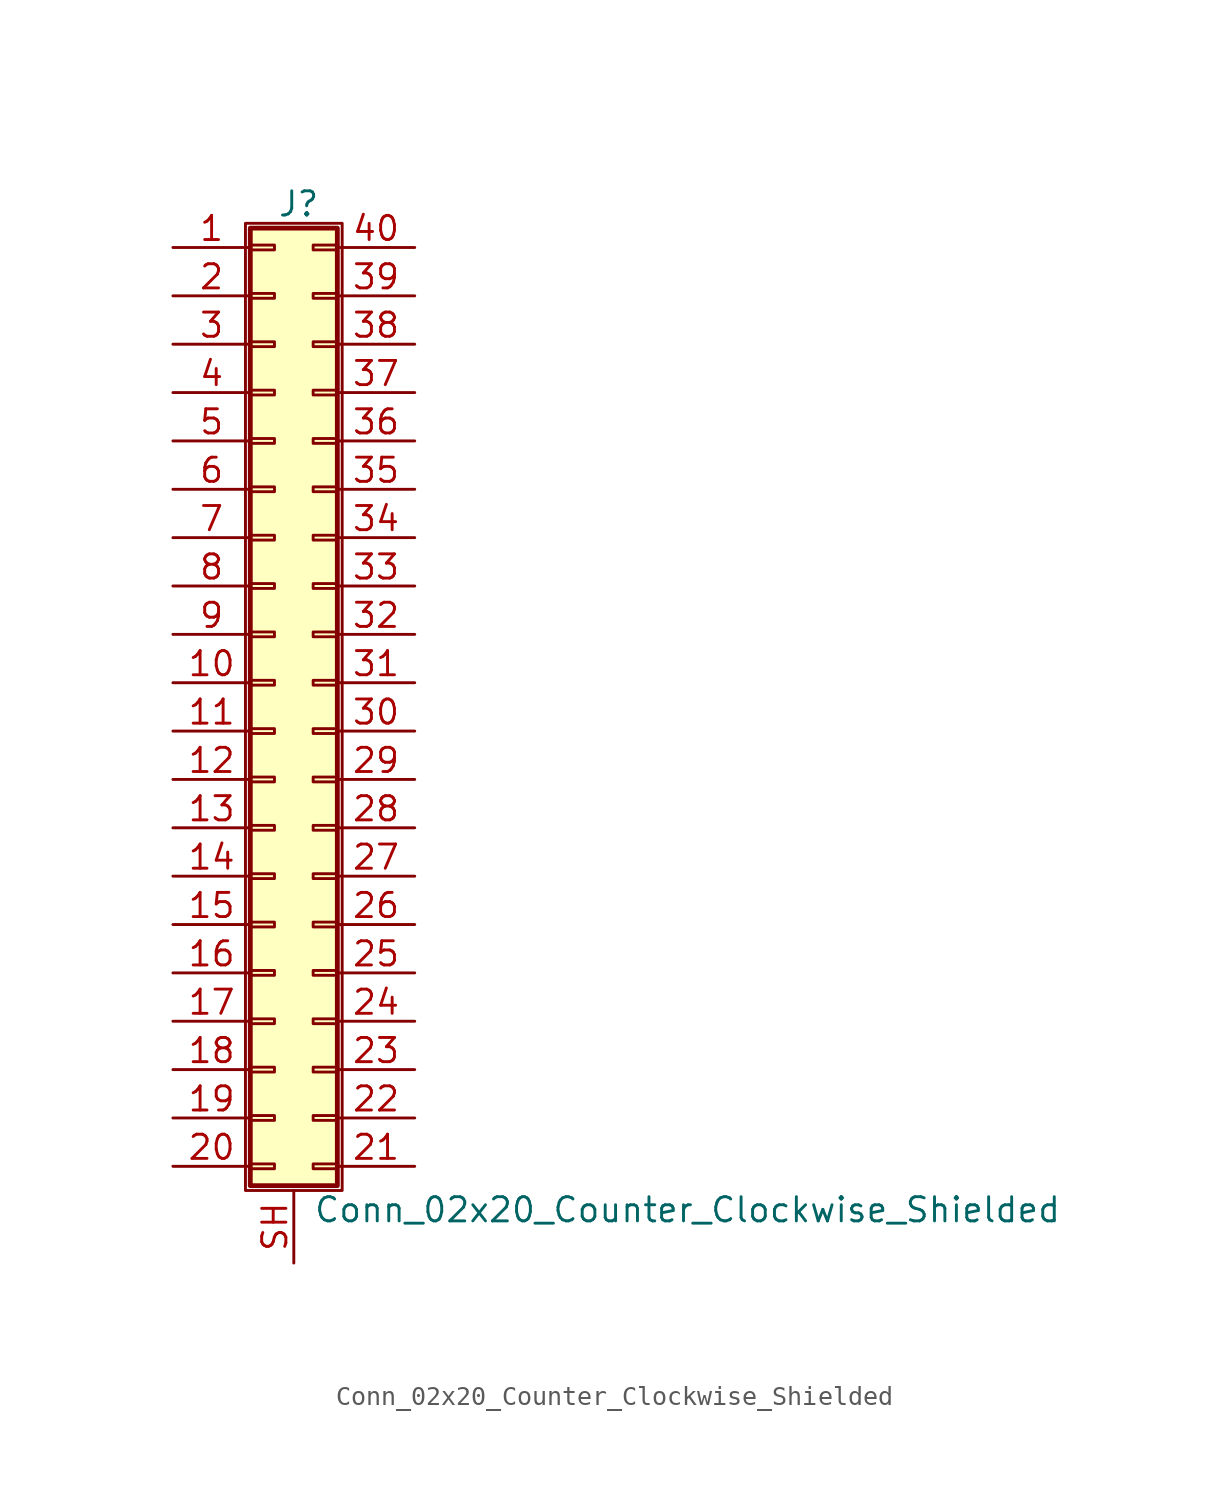
<source format=kicad_sym>
(kicad_symbol_lib
  (version 20211014)
  (generator kicad_symbol_editor)
  (symbol "Conn_02x20_Counter_Clockwise_Shielded"
    (pin_names
      (offset 1.016) hide)
    (property "Reference" "J"
      (at 1.524 25.146 0)
      (effects (font (size 1.27 1.27))))
    (property "Value" "Conn_02x20_Counter_Clockwise_Shielded"
      (at 2.286 -27.686 0)
      (effects (font (size 1.27 1.27)) (justify left)))
    (symbol "Conn_02x20_Counter_Clockwise_Shielded_1_1"
      (rectangle (start -1.27 24.13) (end 3.81 -26.67) (stroke (width 0.152) (type default) (color 0 0 0 0)) (fill (type none)))
      (rectangle (start -1.016 -25.273) (end 0.254 -25.527) (stroke (width 0.152) (type default) (color 0 0 0 0)) (fill (type none)))
      (rectangle (start -1.016 -22.733) (end 0.254 -22.987) (stroke (width 0.152) (type default) (color 0 0 0 0)) (fill (type none)))
      (rectangle (start -1.016 -20.193) (end 0.254 -20.447) (stroke (width 0.152) (type default) (color 0 0 0 0)) (fill (type none)))
      (rectangle (start -1.016 -17.653) (end 0.254 -17.907) (stroke (width 0.152) (type default) (color 0 0 0 0)) (fill (type none)))
      (rectangle (start -1.016 -15.113) (end 0.254 -15.367) (stroke (width 0.152) (type default) (color 0 0 0 0)) (fill (type none)))
      (rectangle (start -1.016 -12.573) (end 0.254 -12.827) (stroke (width 0.152) (type default) (color 0 0 0 0)) (fill (type none)))
      (rectangle (start -1.016 -10.033) (end 0.254 -10.287) (stroke (width 0.152) (type default) (color 0 0 0 0)) (fill (type none)))
      (rectangle (start -1.016 -7.493) (end 0.254 -7.747) (stroke (width 0.152) (type default) (color 0 0 0 0)) (fill (type none)))
      (rectangle (start -1.016 -4.953) (end 0.254 -5.207) (stroke (width 0.152) (type default) (color 0 0 0 0)) (fill (type none)))
      (rectangle (start -1.016 -2.413) (end 0.254 -2.667) (stroke (width 0.152) (type default) (color 0 0 0 0)) (fill (type none)))
      (rectangle (start -1.016 0.127) (end 0.254 -0.127) (stroke (width 0.152) (type default) (color 0 0 0 0)) (fill (type none)))
      (rectangle (start -1.016 2.667) (end 0.254 2.413) (stroke (width 0.152) (type default) (color 0 0 0 0)) (fill (type none)))
      (rectangle (start -1.016 5.207) (end 0.254 4.953) (stroke (width 0.152) (type default) (color 0 0 0 0)) (fill (type none)))
      (rectangle (start -1.016 7.747) (end 0.254 7.493) (stroke (width 0.152) (type default) (color 0 0 0 0)) (fill (type none)))
      (rectangle (start -1.016 10.287) (end 0.254 10.033) (stroke (width 0.152) (type default) (color 0 0 0 0)) (fill (type none)))
      (rectangle (start -1.016 12.827) (end 0.254 12.573) (stroke (width 0.152) (type default) (color 0 0 0 0)) (fill (type none)))
      (rectangle (start -1.016 15.367) (end 0.254 15.113) (stroke (width 0.152) (type default) (color 0 0 0 0)) (fill (type none)))
      (rectangle (start -1.016 17.907) (end 0.254 17.653) (stroke (width 0.152) (type default) (color 0 0 0 0)) (fill (type none)))
      (rectangle (start -1.016 20.447) (end 0.254 20.193) (stroke (width 0.152) (type default) (color 0 0 0 0)) (fill (type none)))
      (rectangle (start -1.016 22.987) (end 0.254 22.733) (stroke (width 0.152) (type default) (color 0 0 0 0)) (fill (type none)))
      (rectangle (start -1.016 23.876) (end 3.556 -26.416) (stroke (width 0.254) (type default) (color 0 0 0 0)) (fill (type background)))
      (rectangle (start 3.556 -25.273) (end 2.286 -25.527) (stroke (width 0.152) (type default) (color 0 0 0 0)) (fill (type none)))
      (rectangle (start 3.556 -22.733) (end 2.286 -22.987) (stroke (width 0.152) (type default) (color 0 0 0 0)) (fill (type none)))
      (rectangle (start 3.556 -20.193) (end 2.286 -20.447) (stroke (width 0.152) (type default) (color 0 0 0 0)) (fill (type none)))
      (rectangle (start 3.556 -17.653) (end 2.286 -17.907) (stroke (width 0.152) (type default) (color 0 0 0 0)) (fill (type none)))
      (rectangle (start 3.556 -15.113) (end 2.286 -15.367) (stroke (width 0.152) (type default) (color 0 0 0 0)) (fill (type none)))
      (rectangle (start 3.556 -12.573) (end 2.286 -12.827) (stroke (width 0.152) (type default) (color 0 0 0 0)) (fill (type none)))
      (rectangle (start 3.556 -10.033) (end 2.286 -10.287) (stroke (width 0.152) (type default) (color 0 0 0 0)) (fill (type none)))
      (rectangle (start 3.556 -7.493) (end 2.286 -7.747) (stroke (width 0.152) (type default) (color 0 0 0 0)) (fill (type none)))
      (rectangle (start 3.556 -4.953) (end 2.286 -5.207) (stroke (width 0.152) (type default) (color 0 0 0 0)) (fill (type none)))
      (rectangle (start 3.556 -2.413) (end 2.286 -2.667) (stroke (width 0.152) (type default) (color 0 0 0 0)) (fill (type none)))
      (rectangle (start 3.556 0.127) (end 2.286 -0.127) (stroke (width 0.152) (type default) (color 0 0 0 0)) (fill (type none)))
      (rectangle (start 3.556 2.667) (end 2.286 2.413) (stroke (width 0.152) (type default) (color 0 0 0 0)) (fill (type none)))
      (rectangle (start 3.556 5.207) (end 2.286 4.953) (stroke (width 0.152) (type default) (color 0 0 0 0)) (fill (type none)))
      (rectangle (start 3.556 7.747) (end 2.286 7.493) (stroke (width 0.152) (type default) (color 0 0 0 0)) (fill (type none)))
      (rectangle (start 3.556 10.287) (end 2.286 10.033) (stroke (width 0.152) (type default) (color 0 0 0 0)) (fill (type none)))
      (rectangle (start 3.556 12.827) (end 2.286 12.573) (stroke (width 0.152) (type default) (color 0 0 0 0)) (fill (type none)))
      (rectangle (start 3.556 15.367) (end 2.286 15.113) (stroke (width 0.152) (type default) (color 0 0 0 0)) (fill (type none)))
      (rectangle (start 3.556 17.907) (end 2.286 17.653) (stroke (width 0.152) (type default) (color 0 0 0 0)) (fill (type none)))
      (rectangle (start 3.556 20.447) (end 2.286 20.193) (stroke (width 0.152) (type default) (color 0 0 0 0)) (fill (type none)))
      (rectangle (start 3.556 22.987) (end 2.286 22.733) (stroke (width 0.152) (type default) (color 0 0 0 0)) (fill (type none)))
      (pin passive line (at -5.08 22.86 0) (length 4.064) (name "Pin_1" (effects (font (size 1.27 1.27)))) (number "1" (effects (font (size 1.27 1.27)))))
      (pin passive line (at -5.08 0 0) (length 4.064) (name "Pin_10" (effects (font (size 1.27 1.27)))) (number "10" (effects (font (size 1.27 1.27)))))
      (pin passive line (at -5.08 -2.54 0) (length 4.064) (name "Pin_11" (effects (font (size 1.27 1.27)))) (number "11" (effects (font (size 1.27 1.27)))))
      (pin passive line (at -5.08 -5.08 0) (length 4.064) (name "Pin_12" (effects (font (size 1.27 1.27)))) (number "12" (effects (font (size 1.27 1.27)))))
      (pin passive line (at -5.08 -7.62 0) (length 4.064) (name "Pin_13" (effects (font (size 1.27 1.27)))) (number "13" (effects (font (size 1.27 1.27)))))
      (pin passive line (at -5.08 -10.16 0) (length 4.064) (name "Pin_14" (effects (font (size 1.27 1.27)))) (number "14" (effects (font (size 1.27 1.27)))))
      (pin passive line (at -5.08 -12.7 0) (length 4.064) (name "Pin_15" (effects (font (size 1.27 1.27)))) (number "15" (effects (font (size 1.27 1.27)))))
      (pin passive line (at -5.08 -15.24 0) (length 4.064) (name "Pin_16" (effects (font (size 1.27 1.27)))) (number "16" (effects (font (size 1.27 1.27)))))
      (pin passive line (at -5.08 -17.78 0) (length 4.064) (name "Pin_17" (effects (font (size 1.27 1.27)))) (number "17" (effects (font (size 1.27 1.27)))))
      (pin passive line (at -5.08 -20.32 0) (length 4.064) (name "Pin_18" (effects (font (size 1.27 1.27)))) (number "18" (effects (font (size 1.27 1.27)))))
      (pin passive line (at -5.08 -22.86 0) (length 4.064) (name "Pin_19" (effects (font (size 1.27 1.27)))) (number "19" (effects (font (size 1.27 1.27)))))
      (pin passive line (at -5.08 20.32 0) (length 4.064) (name "Pin_2" (effects (font (size 1.27 1.27)))) (number "2" (effects (font (size 1.27 1.27)))))
      (pin passive line (at -5.08 -25.4 0) (length 4.064) (name "Pin_20" (effects (font (size 1.27 1.27)))) (number "20" (effects (font (size 1.27 1.27)))))
      (pin passive line (at 7.62 -25.4 180) (length 4.064) (name "Pin_21" (effects (font (size 1.27 1.27)))) (number "21" (effects (font (size 1.27 1.27)))))
      (pin passive line (at 7.62 -22.86 180) (length 4.064) (name "Pin_22" (effects (font (size 1.27 1.27)))) (number "22" (effects (font (size 1.27 1.27)))))
      (pin passive line (at 7.62 -20.32 180) (length 4.064) (name "Pin_23" (effects (font (size 1.27 1.27)))) (number "23" (effects (font (size 1.27 1.27)))))
      (pin passive line (at 7.62 -17.78 180) (length 4.064) (name "Pin_24" (effects (font (size 1.27 1.27)))) (number "24" (effects (font (size 1.27 1.27)))))
      (pin passive line (at 7.62 -15.24 180) (length 4.064) (name "Pin_25" (effects (font (size 1.27 1.27)))) (number "25" (effects (font (size 1.27 1.27)))))
      (pin passive line (at 7.62 -12.7 180) (length 4.064) (name "Pin_26" (effects (font (size 1.27 1.27)))) (number "26" (effects (font (size 1.27 1.27)))))
      (pin passive line (at 7.62 -10.16 180) (length 4.064) (name "Pin_27" (effects (font (size 1.27 1.27)))) (number "27" (effects (font (size 1.27 1.27)))))
      (pin passive line (at 7.62 -7.62 180) (length 4.064) (name "Pin_28" (effects (font (size 1.27 1.27)))) (number "28" (effects (font (size 1.27 1.27)))))
      (pin passive line (at 7.62 -5.08 180) (length 4.064) (name "Pin_29" (effects (font (size 1.27 1.27)))) (number "29" (effects (font (size 1.27 1.27)))))
      (pin passive line (at -5.08 17.78 0) (length 4.064) (name "Pin_3" (effects (font (size 1.27 1.27)))) (number "3" (effects (font (size 1.27 1.27)))))
      (pin passive line (at 7.62 -2.54 180) (length 4.064) (name "Pin_30" (effects (font (size 1.27 1.27)))) (number "30" (effects (font (size 1.27 1.27)))))
      (pin passive line (at 7.62 0 180) (length 4.064) (name "Pin_31" (effects (font (size 1.27 1.27)))) (number "31" (effects (font (size 1.27 1.27)))))
      (pin passive line (at 7.62 2.54 180) (length 4.064) (name "Pin_32" (effects (font (size 1.27 1.27)))) (number "32" (effects (font (size 1.27 1.27)))))
      (pin passive line (at 7.62 5.08 180) (length 4.064) (name "Pin_33" (effects (font (size 1.27 1.27)))) (number "33" (effects (font (size 1.27 1.27)))))
      (pin passive line (at 7.62 7.62 180) (length 4.064) (name "Pin_34" (effects (font (size 1.27 1.27)))) (number "34" (effects (font (size 1.27 1.27)))))
      (pin passive line (at 7.62 10.16 180) (length 4.064) (name "Pin_35" (effects (font (size 1.27 1.27)))) (number "35" (effects (font (size 1.27 1.27)))))
      (pin passive line (at 7.62 12.7 180) (length 4.064) (name "Pin_36" (effects (font (size 1.27 1.27)))) (number "36" (effects (font (size 1.27 1.27)))))
      (pin passive line (at 7.62 15.24 180) (length 4.064) (name "Pin_37" (effects (font (size 1.27 1.27)))) (number "37" (effects (font (size 1.27 1.27)))))
      (pin passive line (at 7.62 17.78 180) (length 4.064) (name "Pin_38" (effects (font (size 1.27 1.27)))) (number "38" (effects (font (size 1.27 1.27)))))
      (pin passive line (at 7.62 20.32 180) (length 4.064) (name "Pin_39" (effects (font (size 1.27 1.27)))) (number "39" (effects (font (size 1.27 1.27)))))
      (pin passive line (at -5.08 15.24 0) (length 4.064) (name "Pin_4" (effects (font (size 1.27 1.27)))) (number "4" (effects (font (size 1.27 1.27)))))
      (pin passive line (at 7.62 22.86 180) (length 4.064) (name "Pin_40" (effects (font (size 1.27 1.27)))) (number "40" (effects (font (size 1.27 1.27)))))
      (pin passive line (at -5.08 12.7 0) (length 4.064) (name "Pin_5" (effects (font (size 1.27 1.27)))) (number "5" (effects (font (size 1.27 1.27)))))
      (pin passive line (at -5.08 10.16 0) (length 4.064) (name "Pin_6" (effects (font (size 1.27 1.27)))) (number "6" (effects (font (size 1.27 1.27)))))
      (pin passive line (at -5.08 7.62 0) (length 4.064) (name "Pin_7" (effects (font (size 1.27 1.27)))) (number "7" (effects (font (size 1.27 1.27)))))
      (pin passive line (at -5.08 5.08 0) (length 4.064) (name "Pin_8" (effects (font (size 1.27 1.27)))) (number "8" (effects (font (size 1.27 1.27)))))
      (pin passive line (at -5.08 2.54 0) (length 4.064) (name "Pin_9" (effects (font (size 1.27 1.27)))) (number "9" (effects (font (size 1.27 1.27)))))
      (pin passive line (at 1.27 -30.48 90) (length 3.81) (name "Shield" (effects (font (size 1.27 1.27)))) (number "SH" (effects (font (size 1.27 1.27))))))))
</source>
